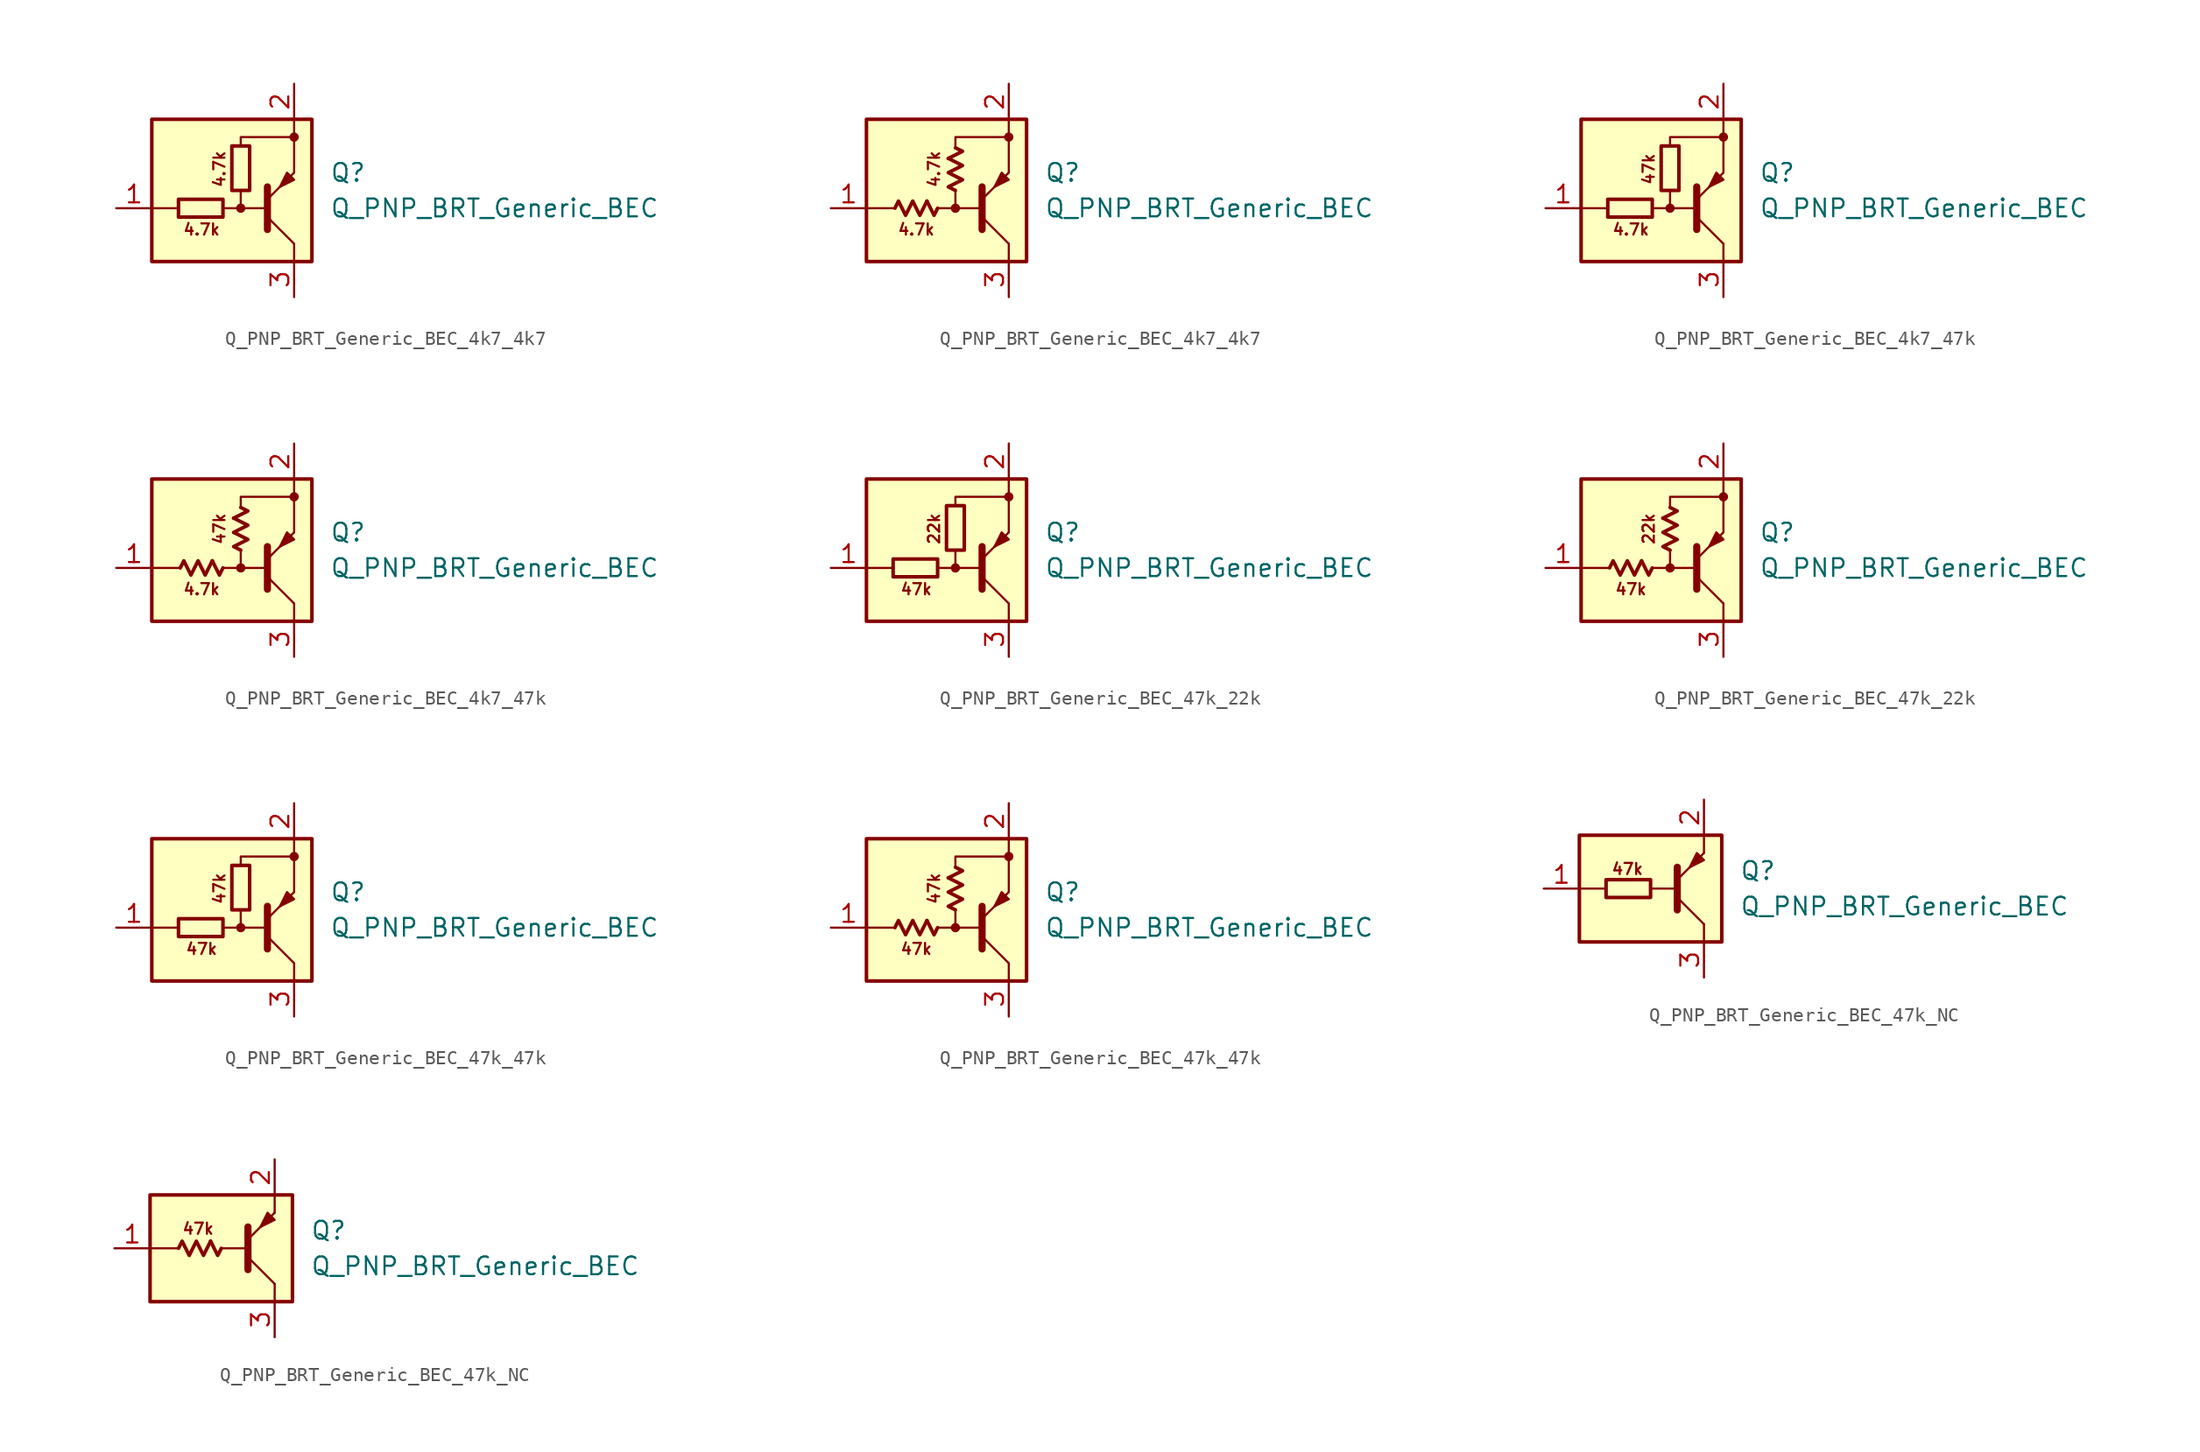
<source format=kicad_sym>
(kicad_symbol_lib
  (version 20220914)
  (generator kicad_symbol_editor)
  (symbol "Q_PNP_BRT_Generic_BEC_4k7_4k7"
    (pin_names hide)
    (property "Reference" "Q"
      (at 6.35 1.27 0)
      (effects (font (size 1.27 1.27)) (justify left)))
    (property "Value" "Q_PNP_BRT_Generic_BEC"
      (at 6.35 -1.27 0)
      (effects (font (size 1.27 1.27)) (justify left)))
    (symbol "Q_PNP_BRT_Generic_BEC_4k7_4k7_0_2"
      (polyline (pts (xy -2.032 -0.762) (xy -1.524 -1.778) (xy -1.27 -1.27)) (stroke (width 0.254) (type default)) (fill (type none)))
      (polyline (pts (xy -0.508 2.286) (xy 0.508 2.794) (xy 0 3.048)) (stroke (width 0.254) (type default)) (fill (type none)))
      (polyline (pts (xy -4.318 -1.27) (xy -4.064 -0.762) (xy -3.556 -1.778) (xy -3.048 -0.762) (xy -2.54 -1.778) (xy -2.032 -0.762)) (stroke (width 0.254) (type default)) (fill (type none)))
      (polyline (pts (xy 0 0) (xy -0.508 0.254) (xy 0.508 0.762) (xy -0.508 1.27) (xy 0.508 1.778) (xy -0.508 2.286)) (stroke (width 0.254) (type default)) (fill (type none))))
    (symbol "Q_PNP_BRT_Generic_BEC_4k7_4k7_1_0"
      (rectangle (start -6.35 5.08) (end 5.08 -5.08) (stroke (width 0.254) (type default)) (fill (type background)))
      (circle (center 0 -1.27) (radius 0.254) (stroke (width 0) (type default)) (fill (type outline)))
      (polyline (pts (xy -4.445 -1.27) (xy -6.35 -1.27)) (stroke (width 0) (type default)) (fill (type none)))
      (polyline (pts (xy -0.254 -1.27) (xy 1.905 -1.27)) (stroke (width 0) (type default)) (fill (type none)))
      (polyline (pts (xy 1.905 -2.794) (xy 1.905 0.254)) (stroke (width 0.508) (type default)) (fill (type none)))
      (polyline (pts (xy 1.905 -1.905) (xy 3.81 -3.81)) (stroke (width 0) (type default)) (fill (type none)))
      (polyline (pts (xy 3.81 -3.81) (xy 3.81 -5.08)) (stroke (width 0) (type default)) (fill (type none)))
      (polyline (pts (xy 3.81 3.81) (xy 3.81 1.27)) (stroke (width 0) (type default)) (fill (type none)))
      (polyline (pts (xy 3.81 3.81) (xy 3.81 5.08)) (stroke (width 0) (type default)) (fill (type none)))
      (polyline (pts (xy -1.27 -1.27) (xy 0 -1.27) (xy 0 0)) (stroke (width 0) (type default)) (fill (type none)))
      (polyline (pts (xy 0 3.175) (xy 0 3.81) (xy 3.81 3.81)) (stroke (width 0) (type default)) (fill (type none)))
      (polyline (pts (xy 1.905 -0.635) (xy 3.81 1.27) (xy 3.81 1.27)) (stroke (width 0) (type default)) (fill (type none)))
      (polyline (pts (xy 3.81 0.762) (xy 3.302 1.27) (xy 2.794 0.254) (xy 3.81 0.762) (xy 3.81 0.762)) (stroke (width 0) (type default)) (fill (type outline)))
      (circle (center 3.81 3.81) (radius 0.254) (stroke (width 0) (type default)) (fill (type outline)))
      (text "4.7k" (at -2.794 -2.794 0) (effects (font (size 0.8 0.8))))
      (text "4.7k" (at -1.524 1.524 900) (effects (font (size 0.8 0.8)))))
    (symbol "Q_PNP_BRT_Generic_BEC_4k7_4k7_1_1"
      (rectangle (start -1.27 -0.635) (end -4.445 -1.905) (stroke (width 0.254) (type default)) (fill (type none)))
      (rectangle (start 0.635 3.175) (end -0.635 0) (stroke (width 0.254) (type default)) (fill (type none)))
      (pin input line (at -8.89 -1.27 0) (length 2.54) (name "B" (effects (font (size 1.27 1.27)))) (number "1" (effects (font (size 1.27 1.27)))))
      (pin passive line (at 3.81 7.62 270) (length 2.54) (name "E" (effects (font (size 1.27 1.27)))) (number "2" (effects (font (size 1.27 1.27)))))
      (pin passive line (at 3.81 -7.62 90) (length 2.54) (name "C" (effects (font (size 1.27 1.27)))) (number "3" (effects (font (size 1.27 1.27))))))
    (symbol "Q_PNP_BRT_Generic_BEC_4k7_4k7_1_2"
      (pin input line (at -8.89 -1.27 0) (length 2.54) (name "B" (effects (font (size 1.27 1.27)))) (number "1" (effects (font (size 1.27 1.27)))))
      (pin passive line (at 3.81 7.62 270) (length 2.54) (name "E" (effects (font (size 1.27 1.27)))) (number "2" (effects (font (size 1.27 1.27)))))
      (pin passive line (at 3.81 -7.62 90) (length 2.54) (name "C" (effects (font (size 1.27 1.27)))) (number "3" (effects (font (size 1.27 1.27)))))))
  (symbol "Q_PNP_BRT_Generic_BEC_4k7_47k"
    (pin_names hide)
    (property "Reference" "Q"
      (at 6.35 1.27 0)
      (effects (font (size 1.27 1.27)) (justify left)))
    (property "Value" "Q_PNP_BRT_Generic_BEC"
      (at 6.35 -1.27 0)
      (effects (font (size 1.27 1.27)) (justify left)))
    (symbol "Q_PNP_BRT_Generic_BEC_4k7_47k_0_2"
      (polyline (pts (xy -2.032 -0.762) (xy -1.524 -1.778) (xy -1.27 -1.27)) (stroke (width 0.254) (type default)) (fill (type none)))
      (polyline (pts (xy -0.508 2.286) (xy 0.508 2.794) (xy 0 3.048)) (stroke (width 0.254) (type default)) (fill (type none)))
      (polyline (pts (xy -4.318 -1.27) (xy -4.064 -0.762) (xy -3.556 -1.778) (xy -3.048 -0.762) (xy -2.54 -1.778) (xy -2.032 -0.762)) (stroke (width 0.254) (type default)) (fill (type none)))
      (polyline (pts (xy 0 0) (xy -0.508 0.254) (xy 0.508 0.762) (xy -0.508 1.27) (xy 0.508 1.778) (xy -0.508 2.286)) (stroke (width 0.254) (type default)) (fill (type none))))
    (symbol "Q_PNP_BRT_Generic_BEC_4k7_47k_1_0"
      (rectangle (start -6.35 5.08) (end 5.08 -5.08) (stroke (width 0.254) (type default)) (fill (type background)))
      (circle (center 0 -1.27) (radius 0.254) (stroke (width 0) (type default)) (fill (type outline)))
      (polyline (pts (xy -4.445 -1.27) (xy -6.35 -1.27)) (stroke (width 0) (type default)) (fill (type none)))
      (polyline (pts (xy -0.254 -1.27) (xy 1.905 -1.27)) (stroke (width 0) (type default)) (fill (type none)))
      (polyline (pts (xy 1.905 -2.794) (xy 1.905 0.254)) (stroke (width 0.508) (type default)) (fill (type none)))
      (polyline (pts (xy 1.905 -1.905) (xy 3.81 -3.81)) (stroke (width 0) (type default)) (fill (type none)))
      (polyline (pts (xy 3.81 -3.81) (xy 3.81 -5.08)) (stroke (width 0) (type default)) (fill (type none)))
      (polyline (pts (xy 3.81 3.81) (xy 3.81 1.27)) (stroke (width 0) (type default)) (fill (type none)))
      (polyline (pts (xy 3.81 3.81) (xy 3.81 5.08)) (stroke (width 0) (type default)) (fill (type none)))
      (polyline (pts (xy -1.27 -1.27) (xy 0 -1.27) (xy 0 0)) (stroke (width 0) (type default)) (fill (type none)))
      (polyline (pts (xy 0 3.175) (xy 0 3.81) (xy 3.81 3.81)) (stroke (width 0) (type default)) (fill (type none)))
      (polyline (pts (xy 1.905 -0.635) (xy 3.81 1.27) (xy 3.81 1.27)) (stroke (width 0) (type default)) (fill (type none)))
      (polyline (pts (xy 3.81 0.762) (xy 3.302 1.27) (xy 2.794 0.254) (xy 3.81 0.762) (xy 3.81 0.762)) (stroke (width 0) (type default)) (fill (type outline)))
      (circle (center 3.81 3.81) (radius 0.254) (stroke (width 0) (type default)) (fill (type outline)))
      (text "4.7k" (at -2.794 -2.794 0) (effects (font (size 0.8 0.8))))
      (text "47k" (at -1.524 1.524 900) (effects (font (size 0.8 0.8)))))
    (symbol "Q_PNP_BRT_Generic_BEC_4k7_47k_1_1"
      (rectangle (start -1.27 -0.635) (end -4.445 -1.905) (stroke (width 0.254) (type default)) (fill (type none)))
      (rectangle (start 0.635 3.175) (end -0.635 0) (stroke (width 0.254) (type default)) (fill (type none)))
      (pin input line (at -8.89 -1.27 0) (length 2.54) (name "B" (effects (font (size 1.27 1.27)))) (number "1" (effects (font (size 1.27 1.27)))))
      (pin passive line (at 3.81 7.62 270) (length 2.54) (name "E" (effects (font (size 1.27 1.27)))) (number "2" (effects (font (size 1.27 1.27)))))
      (pin passive line (at 3.81 -7.62 90) (length 2.54) (name "C" (effects (font (size 1.27 1.27)))) (number "3" (effects (font (size 1.27 1.27))))))
    (symbol "Q_PNP_BRT_Generic_BEC_4k7_47k_1_2"
      (pin input line (at -8.89 -1.27 0) (length 2.54) (name "B" (effects (font (size 1.27 1.27)))) (number "1" (effects (font (size 1.27 1.27)))))
      (pin passive line (at 3.81 7.62 270) (length 2.54) (name "E" (effects (font (size 1.27 1.27)))) (number "2" (effects (font (size 1.27 1.27)))))
      (pin passive line (at 3.81 -7.62 90) (length 2.54) (name "C" (effects (font (size 1.27 1.27)))) (number "3" (effects (font (size 1.27 1.27)))))))
  (symbol "Q_PNP_BRT_Generic_BEC_47k_22k"
    (pin_names hide)
    (property "Reference" "Q"
      (at 6.35 1.27 0)
      (effects (font (size 1.27 1.27)) (justify left)))
    (property "Value" "Q_PNP_BRT_Generic_BEC"
      (at 6.35 -1.27 0)
      (effects (font (size 1.27 1.27)) (justify left)))
    (symbol "Q_PNP_BRT_Generic_BEC_47k_22k_0_2"
      (polyline (pts (xy -2.032 -0.762) (xy -1.524 -1.778) (xy -1.27 -1.27)) (stroke (width 0.254) (type default)) (fill (type none)))
      (polyline (pts (xy -0.508 2.286) (xy 0.508 2.794) (xy 0 3.048)) (stroke (width 0.254) (type default)) (fill (type none)))
      (polyline (pts (xy -4.318 -1.27) (xy -4.064 -0.762) (xy -3.556 -1.778) (xy -3.048 -0.762) (xy -2.54 -1.778) (xy -2.032 -0.762)) (stroke (width 0.254) (type default)) (fill (type none)))
      (polyline (pts (xy 0 0) (xy -0.508 0.254) (xy 0.508 0.762) (xy -0.508 1.27) (xy 0.508 1.778) (xy -0.508 2.286)) (stroke (width 0.254) (type default)) (fill (type none))))
    (symbol "Q_PNP_BRT_Generic_BEC_47k_22k_1_0"
      (rectangle (start -6.35 5.08) (end 5.08 -5.08) (stroke (width 0.254) (type default)) (fill (type background)))
      (circle (center 0 -1.27) (radius 0.254) (stroke (width 0) (type default)) (fill (type outline)))
      (polyline (pts (xy -4.445 -1.27) (xy -6.35 -1.27)) (stroke (width 0) (type default)) (fill (type none)))
      (polyline (pts (xy -0.254 -1.27) (xy 1.905 -1.27)) (stroke (width 0) (type default)) (fill (type none)))
      (polyline (pts (xy 1.905 -2.794) (xy 1.905 0.254)) (stroke (width 0.508) (type default)) (fill (type none)))
      (polyline (pts (xy 1.905 -1.905) (xy 3.81 -3.81)) (stroke (width 0) (type default)) (fill (type none)))
      (polyline (pts (xy 3.81 -3.81) (xy 3.81 -5.08)) (stroke (width 0) (type default)) (fill (type none)))
      (polyline (pts (xy 3.81 3.81) (xy 3.81 1.27)) (stroke (width 0) (type default)) (fill (type none)))
      (polyline (pts (xy 3.81 3.81) (xy 3.81 5.08)) (stroke (width 0) (type default)) (fill (type none)))
      (polyline (pts (xy -1.27 -1.27) (xy 0 -1.27) (xy 0 0)) (stroke (width 0) (type default)) (fill (type none)))
      (polyline (pts (xy 0 3.175) (xy 0 3.81) (xy 3.81 3.81)) (stroke (width 0) (type default)) (fill (type none)))
      (polyline (pts (xy 1.905 -0.635) (xy 3.81 1.27) (xy 3.81 1.27)) (stroke (width 0) (type default)) (fill (type none)))
      (polyline (pts (xy 3.81 0.762) (xy 3.302 1.27) (xy 2.794 0.254) (xy 3.81 0.762) (xy 3.81 0.762)) (stroke (width 0) (type default)) (fill (type outline)))
      (circle (center 3.81 3.81) (radius 0.254) (stroke (width 0) (type default)) (fill (type outline)))
      (text "22k" (at -1.524 1.524 900) (effects (font (size 0.8 0.8))))
      (text "47k" (at -2.794 -2.794 0) (effects (font (size 0.8 0.8)))))
    (symbol "Q_PNP_BRT_Generic_BEC_47k_22k_1_1"
      (rectangle (start -1.27 -0.635) (end -4.445 -1.905) (stroke (width 0.254) (type default)) (fill (type none)))
      (rectangle (start 0.635 3.175) (end -0.635 0) (stroke (width 0.254) (type default)) (fill (type none)))
      (pin input line (at -8.89 -1.27 0) (length 2.54) (name "B" (effects (font (size 1.27 1.27)))) (number "1" (effects (font (size 1.27 1.27)))))
      (pin passive line (at 3.81 7.62 270) (length 2.54) (name "E" (effects (font (size 1.27 1.27)))) (number "2" (effects (font (size 1.27 1.27)))))
      (pin passive line (at 3.81 -7.62 90) (length 2.54) (name "C" (effects (font (size 1.27 1.27)))) (number "3" (effects (font (size 1.27 1.27))))))
    (symbol "Q_PNP_BRT_Generic_BEC_47k_22k_1_2"
      (pin input line (at -8.89 -1.27 0) (length 2.54) (name "B" (effects (font (size 1.27 1.27)))) (number "1" (effects (font (size 1.27 1.27)))))
      (pin passive line (at 3.81 7.62 270) (length 2.54) (name "E" (effects (font (size 1.27 1.27)))) (number "2" (effects (font (size 1.27 1.27)))))
      (pin passive line (at 3.81 -7.62 90) (length 2.54) (name "C" (effects (font (size 1.27 1.27)))) (number "3" (effects (font (size 1.27 1.27)))))))
  (symbol "Q_PNP_BRT_Generic_BEC_47k_47k"
    (pin_names hide)
    (property "Reference" "Q"
      (at 6.35 1.27 0)
      (effects (font (size 1.27 1.27)) (justify left)))
    (property "Value" "Q_PNP_BRT_Generic_BEC"
      (at 6.35 -1.27 0)
      (effects (font (size 1.27 1.27)) (justify left)))
    (symbol "Q_PNP_BRT_Generic_BEC_47k_47k_0_2"
      (polyline (pts (xy -2.032 -0.762) (xy -1.524 -1.778) (xy -1.27 -1.27)) (stroke (width 0.254) (type default)) (fill (type none)))
      (polyline (pts (xy -0.508 2.286) (xy 0.508 2.794) (xy 0 3.048)) (stroke (width 0.254) (type default)) (fill (type none)))
      (polyline (pts (xy -4.318 -1.27) (xy -4.064 -0.762) (xy -3.556 -1.778) (xy -3.048 -0.762) (xy -2.54 -1.778) (xy -2.032 -0.762)) (stroke (width 0.254) (type default)) (fill (type none)))
      (polyline (pts (xy 0 0) (xy -0.508 0.254) (xy 0.508 0.762) (xy -0.508 1.27) (xy 0.508 1.778) (xy -0.508 2.286)) (stroke (width 0.254) (type default)) (fill (type none))))
    (symbol "Q_PNP_BRT_Generic_BEC_47k_47k_1_0"
      (rectangle (start -6.35 5.08) (end 5.08 -5.08) (stroke (width 0.254) (type default)) (fill (type background)))
      (circle (center 0 -1.27) (radius 0.254) (stroke (width 0) (type default)) (fill (type outline)))
      (polyline (pts (xy -4.445 -1.27) (xy -6.35 -1.27)) (stroke (width 0) (type default)) (fill (type none)))
      (polyline (pts (xy -0.254 -1.27) (xy 1.905 -1.27)) (stroke (width 0) (type default)) (fill (type none)))
      (polyline (pts (xy 1.905 -2.794) (xy 1.905 0.254)) (stroke (width 0.508) (type default)) (fill (type none)))
      (polyline (pts (xy 1.905 -1.905) (xy 3.81 -3.81)) (stroke (width 0) (type default)) (fill (type none)))
      (polyline (pts (xy 3.81 -3.81) (xy 3.81 -5.08)) (stroke (width 0) (type default)) (fill (type none)))
      (polyline (pts (xy 3.81 3.81) (xy 3.81 1.27)) (stroke (width 0) (type default)) (fill (type none)))
      (polyline (pts (xy 3.81 3.81) (xy 3.81 5.08)) (stroke (width 0) (type default)) (fill (type none)))
      (polyline (pts (xy -1.27 -1.27) (xy 0 -1.27) (xy 0 0)) (stroke (width 0) (type default)) (fill (type none)))
      (polyline (pts (xy 0 3.175) (xy 0 3.81) (xy 3.81 3.81)) (stroke (width 0) (type default)) (fill (type none)))
      (polyline (pts (xy 1.905 -0.635) (xy 3.81 1.27) (xy 3.81 1.27)) (stroke (width 0) (type default)) (fill (type none)))
      (polyline (pts (xy 3.81 0.762) (xy 3.302 1.27) (xy 2.794 0.254) (xy 3.81 0.762) (xy 3.81 0.762)) (stroke (width 0) (type default)) (fill (type outline)))
      (circle (center 3.81 3.81) (radius 0.254) (stroke (width 0) (type default)) (fill (type outline)))
      (text "47k" (at -2.794 -2.794 0) (effects (font (size 0.8 0.8))))
      (text "47k" (at -1.524 1.524 900) (effects (font (size 0.8 0.8)))))
    (symbol "Q_PNP_BRT_Generic_BEC_47k_47k_1_1"
      (rectangle (start -1.27 -0.635) (end -4.445 -1.905) (stroke (width 0.254) (type default)) (fill (type none)))
      (rectangle (start 0.635 3.175) (end -0.635 0) (stroke (width 0.254) (type default)) (fill (type none)))
      (pin input line (at -8.89 -1.27 0) (length 2.54) (name "B" (effects (font (size 1.27 1.27)))) (number "1" (effects (font (size 1.27 1.27)))))
      (pin passive line (at 3.81 7.62 270) (length 2.54) (name "E" (effects (font (size 1.27 1.27)))) (number "2" (effects (font (size 1.27 1.27)))))
      (pin passive line (at 3.81 -7.62 90) (length 2.54) (name "C" (effects (font (size 1.27 1.27)))) (number "3" (effects (font (size 1.27 1.27))))))
    (symbol "Q_PNP_BRT_Generic_BEC_47k_47k_1_2"
      (pin input line (at -8.89 -1.27 0) (length 2.54) (name "B" (effects (font (size 1.27 1.27)))) (number "1" (effects (font (size 1.27 1.27)))))
      (pin passive line (at 3.81 7.62 270) (length 2.54) (name "E" (effects (font (size 1.27 1.27)))) (number "2" (effects (font (size 1.27 1.27)))))
      (pin passive line (at 3.81 -7.62 90) (length 2.54) (name "C" (effects (font (size 1.27 1.27)))) (number "3" (effects (font (size 1.27 1.27)))))))
  (symbol "Q_PNP_BRT_Generic_BEC_47k_NC"
    (pin_names hide)
    (property "Reference" "Q"
      (at 6.35 1.27 0)
      (effects (font (size 1.27 1.27)) (justify left)))
    (property "Value" "Q_PNP_BRT_Generic_BEC"
      (at 6.35 -1.27 0)
      (effects (font (size 1.27 1.27)) (justify left)))
    (symbol "Q_PNP_BRT_Generic_BEC_47k_NC_0_2"
      (polyline (pts (xy -0.762 0.508) (xy -0.254 -0.508) (xy 0 0)) (stroke (width 0.254) (type default)) (fill (type none)))
      (polyline (pts (xy -3.048 0) (xy -2.794 0.508) (xy -2.286 -0.508) (xy -1.778 0.508) (xy -1.27 -0.508) (xy -0.762 0.508)) (stroke (width 0.254) (type default)) (fill (type none))))
    (symbol "Q_PNP_BRT_Generic_BEC_47k_NC_1_0"
      (rectangle (start -5.08 3.81) (end 5.08 -3.81) (stroke (width 0.254) (type default)) (fill (type background)))
      (polyline (pts (xy -3.175 0) (xy -5.08 0)) (stroke (width 0) (type default)) (fill (type none)))
      (polyline (pts (xy 0 0) (xy 1.905 0)) (stroke (width 0) (type default)) (fill (type none)))
      (polyline (pts (xy 1.905 -1.524) (xy 1.905 1.524)) (stroke (width 0.508) (type default)) (fill (type none)))
      (polyline (pts (xy 1.905 -0.635) (xy 3.81 -2.54)) (stroke (width 0) (type default)) (fill (type none)))
      (polyline (pts (xy 3.81 -2.54) (xy 3.81 -3.81)) (stroke (width 0) (type default)) (fill (type none)))
      (polyline (pts (xy 3.81 2.54) (xy 3.81 3.81)) (stroke (width 0) (type default)) (fill (type none)))
      (polyline (pts (xy 1.905 0.635) (xy 3.81 2.54) (xy 3.81 2.54)) (stroke (width 0) (type default)) (fill (type none)))
      (polyline (pts (xy 3.81 2.032) (xy 3.302 2.54) (xy 2.794 1.524) (xy 3.81 2.032) (xy 3.81 2.032)) (stroke (width 0) (type default)) (fill (type outline)))
      (text "47k" (at -1.651 1.397 0) (effects (font (size 0.8 0.8)))))
    (symbol "Q_PNP_BRT_Generic_BEC_47k_NC_1_1"
      (rectangle (start 0 0.635) (end -3.175 -0.635) (stroke (width 0.254) (type default)) (fill (type none)))
      (pin input line (at -7.62 0 0) (length 2.54) (name "B" (effects (font (size 1.27 1.27)))) (number "1" (effects (font (size 1.27 1.27)))))
      (pin passive line (at 3.81 6.35 270) (length 2.54) (name "E" (effects (font (size 1.27 1.27)))) (number "2" (effects (font (size 1.27 1.27)))))
      (pin passive line (at 3.81 -6.35 90) (length 2.54) (name "C" (effects (font (size 1.27 1.27)))) (number "3" (effects (font (size 1.27 1.27))))))
    (symbol "Q_PNP_BRT_Generic_BEC_47k_NC_1_2"
      (pin input line (at -7.62 0 0) (length 2.54) (name "B" (effects (font (size 1.27 1.27)))) (number "1" (effects (font (size 1.27 1.27)))))
      (pin passive line (at 3.81 6.35 270) (length 2.54) (name "E" (effects (font (size 1.27 1.27)))) (number "2" (effects (font (size 1.27 1.27)))))
      (pin passive line (at 3.81 -6.35 90) (length 2.54) (name "C" (effects (font (size 1.27 1.27)))) (number "3" (effects (font (size 1.27 1.27))))))))
</source>
